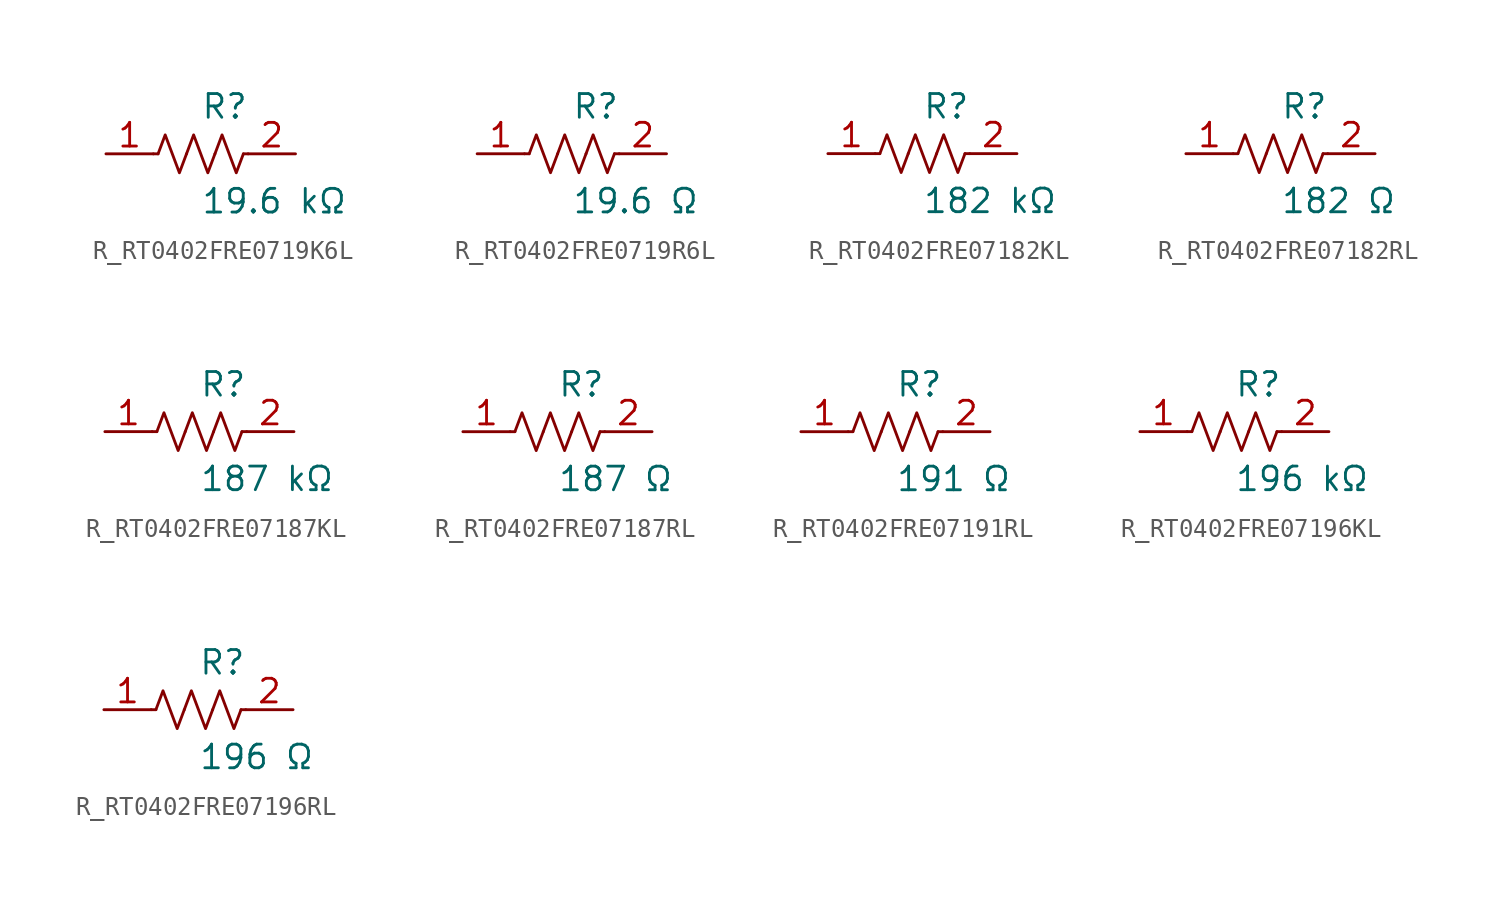
<source format=kicad_sym>
(kicad_symbol_lib
  (version 20231120)
  (generator kicad_symbol_editor)
  (generator_version 8.0)
  (symbol "R_RT0402FRE0719K6L"
    (pin_names
      (offset 0.254))
    (property "Reference" "R"
      (at 0.0 2.54 0)
      (effects (font (size 1.27 1.27)) (justify left)))
    (property "Value" "19.6 kΩ"
      (at 0.0 -2.54 0)
      (effects (font (size 1.27 1.27)) (justify left)))
    (symbol "R_RT0402FRE0719K6L_0_1"
      (polyline (pts (xy 2.286 0) (xy 2.54 0)) (stroke (width 0) (type default)) (fill (type none)))
      (polyline (pts (xy -2.286 0) (xy -2.54 0)) (stroke (width 0) (type default)) (fill (type none)))
      (polyline (pts (xy 0.762 0) (xy 1.143 1.016) (xy 1.524 0) (xy 1.905 -1.016) (xy 2.286 0)) (stroke (width 0) (type default)) (fill (type none)))
      (polyline (pts (xy -0.762 0) (xy -0.381 1.016) (xy 0 0) (xy 0.381 -1.016) (xy 0.762 0)) (stroke (width 0) (type default)) (fill (type none)))
      (polyline (pts (xy -2.286 0) (xy -1.905 1.016) (xy -1.524 0) (xy -1.143 -1.016) (xy -0.762 0)) (stroke (width 0) (type default)) (fill (type none))))
    (pin unspecified line
      (at -5.08 0 0)
      (length 2.54)
      (name "" (effects (font (size 1.27 1.27))))
      (number "1" (effects (font (size 1.27 1.27)))))
    (pin unspecified line
      (at 5.08 0 180)
      (length 2.54)
      (name "" (effects (font (size 1.27 1.27))))
      (number "2" (effects (font (size 1.27 1.27))))))
  (symbol "R_RT0402FRE0719R6L"
    (pin_names
      (offset 0.254))
    (property "Reference" "R"
      (at 0.0 2.54 0)
      (effects (font (size 1.27 1.27)) (justify left)))
    (property "Value" "19.6 Ω"
      (at 0.0 -2.54 0)
      (effects (font (size 1.27 1.27)) (justify left)))
    (symbol "R_RT0402FRE0719R6L_0_1"
      (polyline (pts (xy 2.286 0) (xy 2.54 0)) (stroke (width 0) (type default)) (fill (type none)))
      (polyline (pts (xy -2.286 0) (xy -2.54 0)) (stroke (width 0) (type default)) (fill (type none)))
      (polyline (pts (xy 0.762 0) (xy 1.143 1.016) (xy 1.524 0) (xy 1.905 -1.016) (xy 2.286 0)) (stroke (width 0) (type default)) (fill (type none)))
      (polyline (pts (xy -0.762 0) (xy -0.381 1.016) (xy 0 0) (xy 0.381 -1.016) (xy 0.762 0)) (stroke (width 0) (type default)) (fill (type none)))
      (polyline (pts (xy -2.286 0) (xy -1.905 1.016) (xy -1.524 0) (xy -1.143 -1.016) (xy -0.762 0)) (stroke (width 0) (type default)) (fill (type none))))
    (pin unspecified line
      (at -5.08 0 0)
      (length 2.54)
      (name "" (effects (font (size 1.27 1.27))))
      (number "1" (effects (font (size 1.27 1.27)))))
    (pin unspecified line
      (at 5.08 0 180)
      (length 2.54)
      (name "" (effects (font (size 1.27 1.27))))
      (number "2" (effects (font (size 1.27 1.27))))))
  (symbol "R_RT0402FRE07182KL"
    (pin_names
      (offset 0.254))
    (property "Reference" "R"
      (at 0.0 2.54 0)
      (effects (font (size 1.27 1.27)) (justify left)))
    (property "Value" "182 kΩ"
      (at 0.0 -2.54 0)
      (effects (font (size 1.27 1.27)) (justify left)))
    (symbol "R_RT0402FRE07182KL_0_1"
      (polyline (pts (xy 2.286 0) (xy 2.54 0)) (stroke (width 0) (type default)) (fill (type none)))
      (polyline (pts (xy -2.286 0) (xy -2.54 0)) (stroke (width 0) (type default)) (fill (type none)))
      (polyline (pts (xy 0.762 0) (xy 1.143 1.016) (xy 1.524 0) (xy 1.905 -1.016) (xy 2.286 0)) (stroke (width 0) (type default)) (fill (type none)))
      (polyline (pts (xy -0.762 0) (xy -0.381 1.016) (xy 0 0) (xy 0.381 -1.016) (xy 0.762 0)) (stroke (width 0) (type default)) (fill (type none)))
      (polyline (pts (xy -2.286 0) (xy -1.905 1.016) (xy -1.524 0) (xy -1.143 -1.016) (xy -0.762 0)) (stroke (width 0) (type default)) (fill (type none))))
    (pin unspecified line
      (at -5.08 0 0)
      (length 2.54)
      (name "" (effects (font (size 1.27 1.27))))
      (number "1" (effects (font (size 1.27 1.27)))))
    (pin unspecified line
      (at 5.08 0 180)
      (length 2.54)
      (name "" (effects (font (size 1.27 1.27))))
      (number "2" (effects (font (size 1.27 1.27))))))
  (symbol "R_RT0402FRE07182RL"
    (pin_names
      (offset 0.254))
    (property "Reference" "R"
      (at 0.0 2.54 0)
      (effects (font (size 1.27 1.27)) (justify left)))
    (property "Value" "182 Ω"
      (at 0.0 -2.54 0)
      (effects (font (size 1.27 1.27)) (justify left)))
    (symbol "R_RT0402FRE07182RL_0_1"
      (polyline (pts (xy 2.286 0) (xy 2.54 0)) (stroke (width 0) (type default)) (fill (type none)))
      (polyline (pts (xy -2.286 0) (xy -2.54 0)) (stroke (width 0) (type default)) (fill (type none)))
      (polyline (pts (xy 0.762 0) (xy 1.143 1.016) (xy 1.524 0) (xy 1.905 -1.016) (xy 2.286 0)) (stroke (width 0) (type default)) (fill (type none)))
      (polyline (pts (xy -0.762 0) (xy -0.381 1.016) (xy 0 0) (xy 0.381 -1.016) (xy 0.762 0)) (stroke (width 0) (type default)) (fill (type none)))
      (polyline (pts (xy -2.286 0) (xy -1.905 1.016) (xy -1.524 0) (xy -1.143 -1.016) (xy -0.762 0)) (stroke (width 0) (type default)) (fill (type none))))
    (pin unspecified line
      (at -5.08 0 0)
      (length 2.54)
      (name "" (effects (font (size 1.27 1.27))))
      (number "1" (effects (font (size 1.27 1.27)))))
    (pin unspecified line
      (at 5.08 0 180)
      (length 2.54)
      (name "" (effects (font (size 1.27 1.27))))
      (number "2" (effects (font (size 1.27 1.27))))))
  (symbol "R_RT0402FRE07187KL"
    (pin_names
      (offset 0.254))
    (property "Reference" "R"
      (at 0.0 2.54 0)
      (effects (font (size 1.27 1.27)) (justify left)))
    (property "Value" "187 kΩ"
      (at 0.0 -2.54 0)
      (effects (font (size 1.27 1.27)) (justify left)))
    (symbol "R_RT0402FRE07187KL_0_1"
      (polyline (pts (xy 2.286 0) (xy 2.54 0)) (stroke (width 0) (type default)) (fill (type none)))
      (polyline (pts (xy -2.286 0) (xy -2.54 0)) (stroke (width 0) (type default)) (fill (type none)))
      (polyline (pts (xy 0.762 0) (xy 1.143 1.016) (xy 1.524 0) (xy 1.905 -1.016) (xy 2.286 0)) (stroke (width 0) (type default)) (fill (type none)))
      (polyline (pts (xy -0.762 0) (xy -0.381 1.016) (xy 0 0) (xy 0.381 -1.016) (xy 0.762 0)) (stroke (width 0) (type default)) (fill (type none)))
      (polyline (pts (xy -2.286 0) (xy -1.905 1.016) (xy -1.524 0) (xy -1.143 -1.016) (xy -0.762 0)) (stroke (width 0) (type default)) (fill (type none))))
    (pin unspecified line
      (at -5.08 0 0)
      (length 2.54)
      (name "" (effects (font (size 1.27 1.27))))
      (number "1" (effects (font (size 1.27 1.27)))))
    (pin unspecified line
      (at 5.08 0 180)
      (length 2.54)
      (name "" (effects (font (size 1.27 1.27))))
      (number "2" (effects (font (size 1.27 1.27))))))
  (symbol "R_RT0402FRE07187RL"
    (pin_names
      (offset 0.254))
    (property "Reference" "R"
      (at 0.0 2.54 0)
      (effects (font (size 1.27 1.27)) (justify left)))
    (property "Value" "187 Ω"
      (at 0.0 -2.54 0)
      (effects (font (size 1.27 1.27)) (justify left)))
    (symbol "R_RT0402FRE07187RL_0_1"
      (polyline (pts (xy 2.286 0) (xy 2.54 0)) (stroke (width 0) (type default)) (fill (type none)))
      (polyline (pts (xy -2.286 0) (xy -2.54 0)) (stroke (width 0) (type default)) (fill (type none)))
      (polyline (pts (xy 0.762 0) (xy 1.143 1.016) (xy 1.524 0) (xy 1.905 -1.016) (xy 2.286 0)) (stroke (width 0) (type default)) (fill (type none)))
      (polyline (pts (xy -0.762 0) (xy -0.381 1.016) (xy 0 0) (xy 0.381 -1.016) (xy 0.762 0)) (stroke (width 0) (type default)) (fill (type none)))
      (polyline (pts (xy -2.286 0) (xy -1.905 1.016) (xy -1.524 0) (xy -1.143 -1.016) (xy -0.762 0)) (stroke (width 0) (type default)) (fill (type none))))
    (pin unspecified line
      (at -5.08 0 0)
      (length 2.54)
      (name "" (effects (font (size 1.27 1.27))))
      (number "1" (effects (font (size 1.27 1.27)))))
    (pin unspecified line
      (at 5.08 0 180)
      (length 2.54)
      (name "" (effects (font (size 1.27 1.27))))
      (number "2" (effects (font (size 1.27 1.27))))))
  (symbol "R_RT0402FRE07191RL"
    (pin_names
      (offset 0.254))
    (property "Reference" "R"
      (at 0.0 2.54 0)
      (effects (font (size 1.27 1.27)) (justify left)))
    (property "Value" "191 Ω"
      (at 0.0 -2.54 0)
      (effects (font (size 1.27 1.27)) (justify left)))
    (symbol "R_RT0402FRE07191RL_0_1"
      (polyline (pts (xy 2.286 0) (xy 2.54 0)) (stroke (width 0) (type default)) (fill (type none)))
      (polyline (pts (xy -2.286 0) (xy -2.54 0)) (stroke (width 0) (type default)) (fill (type none)))
      (polyline (pts (xy 0.762 0) (xy 1.143 1.016) (xy 1.524 0) (xy 1.905 -1.016) (xy 2.286 0)) (stroke (width 0) (type default)) (fill (type none)))
      (polyline (pts (xy -0.762 0) (xy -0.381 1.016) (xy 0 0) (xy 0.381 -1.016) (xy 0.762 0)) (stroke (width 0) (type default)) (fill (type none)))
      (polyline (pts (xy -2.286 0) (xy -1.905 1.016) (xy -1.524 0) (xy -1.143 -1.016) (xy -0.762 0)) (stroke (width 0) (type default)) (fill (type none))))
    (pin unspecified line
      (at -5.08 0 0)
      (length 2.54)
      (name "" (effects (font (size 1.27 1.27))))
      (number "1" (effects (font (size 1.27 1.27)))))
    (pin unspecified line
      (at 5.08 0 180)
      (length 2.54)
      (name "" (effects (font (size 1.27 1.27))))
      (number "2" (effects (font (size 1.27 1.27))))))
  (symbol "R_RT0402FRE07196KL"
    (pin_names
      (offset 0.254))
    (property "Reference" "R"
      (at 0.0 2.54 0)
      (effects (font (size 1.27 1.27)) (justify left)))
    (property "Value" "196 kΩ"
      (at 0.0 -2.54 0)
      (effects (font (size 1.27 1.27)) (justify left)))
    (symbol "R_RT0402FRE07196KL_0_1"
      (polyline (pts (xy 2.286 0) (xy 2.54 0)) (stroke (width 0) (type default)) (fill (type none)))
      (polyline (pts (xy -2.286 0) (xy -2.54 0)) (stroke (width 0) (type default)) (fill (type none)))
      (polyline (pts (xy 0.762 0) (xy 1.143 1.016) (xy 1.524 0) (xy 1.905 -1.016) (xy 2.286 0)) (stroke (width 0) (type default)) (fill (type none)))
      (polyline (pts (xy -0.762 0) (xy -0.381 1.016) (xy 0 0) (xy 0.381 -1.016) (xy 0.762 0)) (stroke (width 0) (type default)) (fill (type none)))
      (polyline (pts (xy -2.286 0) (xy -1.905 1.016) (xy -1.524 0) (xy -1.143 -1.016) (xy -0.762 0)) (stroke (width 0) (type default)) (fill (type none))))
    (pin unspecified line
      (at -5.08 0 0)
      (length 2.54)
      (name "" (effects (font (size 1.27 1.27))))
      (number "1" (effects (font (size 1.27 1.27)))))
    (pin unspecified line
      (at 5.08 0 180)
      (length 2.54)
      (name "" (effects (font (size 1.27 1.27))))
      (number "2" (effects (font (size 1.27 1.27))))))
  (symbol "R_RT0402FRE07196RL"
    (pin_names
      (offset 0.254))
    (property "Reference" "R"
      (at 0.0 2.54 0)
      (effects (font (size 1.27 1.27)) (justify left)))
    (property "Value" "196 Ω"
      (at 0.0 -2.54 0)
      (effects (font (size 1.27 1.27)) (justify left)))
    (symbol "R_RT0402FRE07196RL_0_1"
      (polyline (pts (xy 2.286 0) (xy 2.54 0)) (stroke (width 0) (type default)) (fill (type none)))
      (polyline (pts (xy -2.286 0) (xy -2.54 0)) (stroke (width 0) (type default)) (fill (type none)))
      (polyline (pts (xy 0.762 0) (xy 1.143 1.016) (xy 1.524 0) (xy 1.905 -1.016) (xy 2.286 0)) (stroke (width 0) (type default)) (fill (type none)))
      (polyline (pts (xy -0.762 0) (xy -0.381 1.016) (xy 0 0) (xy 0.381 -1.016) (xy 0.762 0)) (stroke (width 0) (type default)) (fill (type none)))
      (polyline (pts (xy -2.286 0) (xy -1.905 1.016) (xy -1.524 0) (xy -1.143 -1.016) (xy -0.762 0)) (stroke (width 0) (type default)) (fill (type none))))
    (pin unspecified line
      (at -5.08 0 0)
      (length 2.54)
      (name "" (effects (font (size 1.27 1.27))))
      (number "1" (effects (font (size 1.27 1.27)))))
    (pin unspecified line
      (at 5.08 0 180)
      (length 2.54)
      (name "" (effects (font (size 1.27 1.27))))
      (number "2" (effects (font (size 1.27 1.27)))))))
</source>
